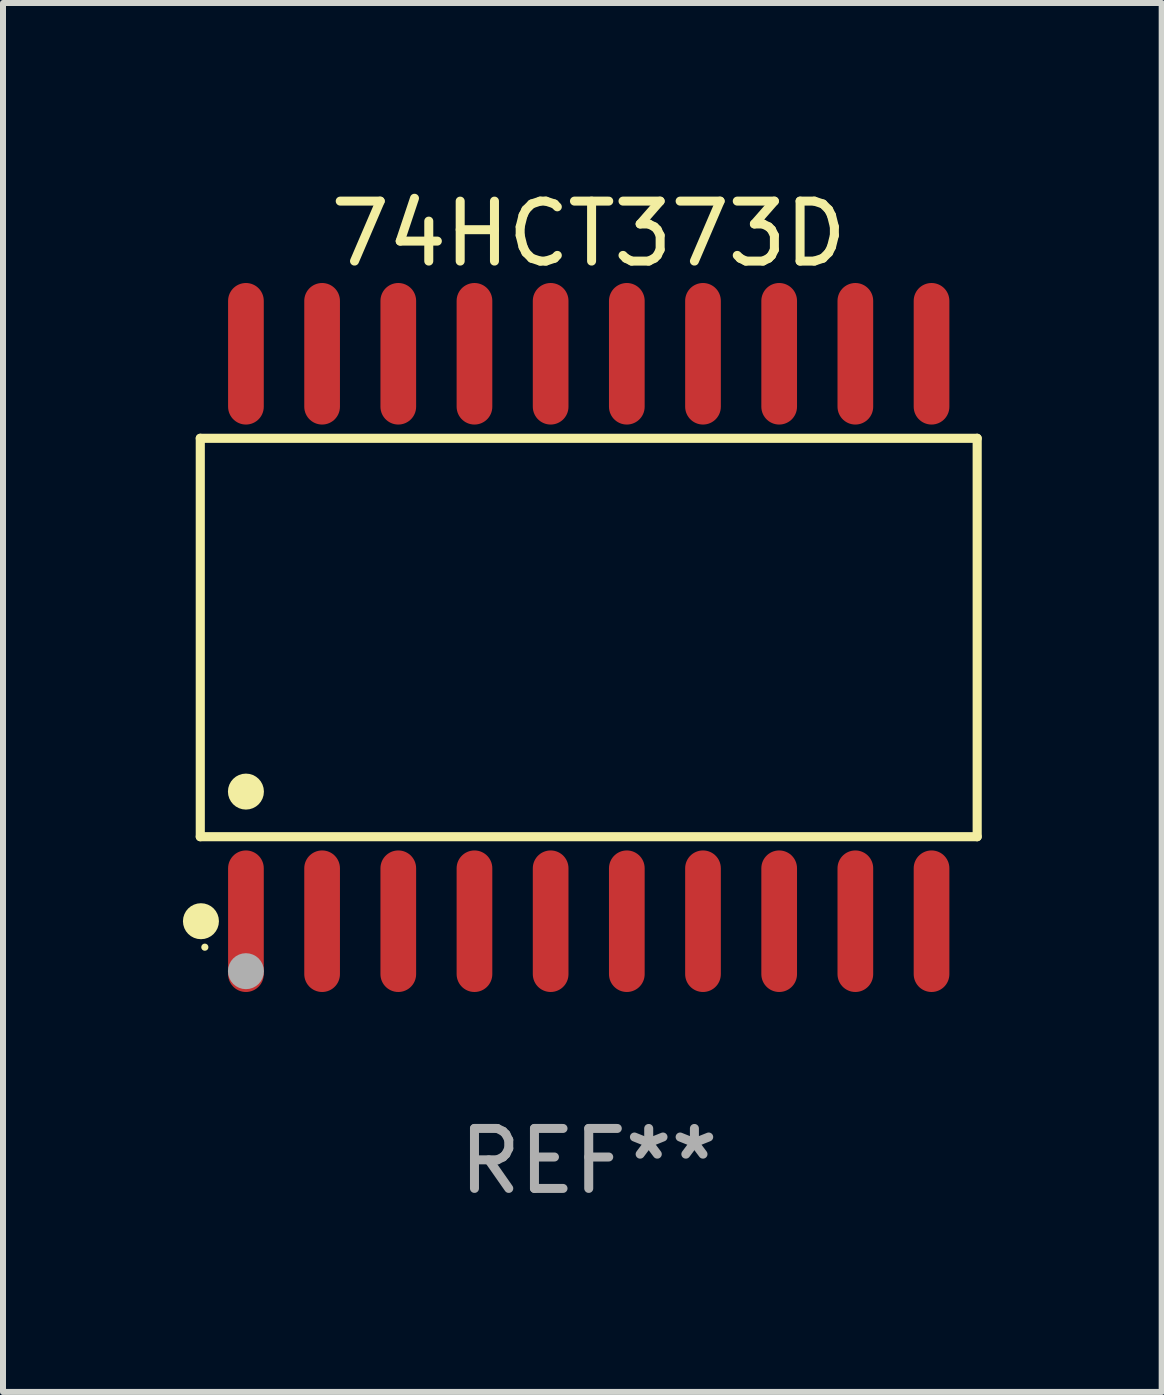
<source format=kicad_pcb>
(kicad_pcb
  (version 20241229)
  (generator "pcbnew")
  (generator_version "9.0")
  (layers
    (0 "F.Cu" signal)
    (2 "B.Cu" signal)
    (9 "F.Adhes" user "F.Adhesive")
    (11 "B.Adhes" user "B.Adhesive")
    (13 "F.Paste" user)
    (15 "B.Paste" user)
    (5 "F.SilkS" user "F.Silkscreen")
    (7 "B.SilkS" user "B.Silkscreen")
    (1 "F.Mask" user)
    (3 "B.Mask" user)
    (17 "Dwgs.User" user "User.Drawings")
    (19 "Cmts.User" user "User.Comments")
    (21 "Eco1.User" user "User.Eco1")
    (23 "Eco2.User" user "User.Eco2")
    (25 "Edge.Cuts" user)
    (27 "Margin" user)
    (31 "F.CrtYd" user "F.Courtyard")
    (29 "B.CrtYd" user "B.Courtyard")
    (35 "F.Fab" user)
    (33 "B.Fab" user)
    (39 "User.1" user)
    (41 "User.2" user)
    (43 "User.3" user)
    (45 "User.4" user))
  (footprint "74HCT373D"
    (layer "F.Cu")
    (at 6.765 7.578)
    (property "Reference" "74HCT373D" (at 0 -6.73 0) (layer "F.SilkS") (effects (font (size 1 1) (thickness 0.15))))
    (attr through_hole)
    (fp_line (start -6.476 -3.321) (end 6.476 -3.321) (stroke (width 0.152) (type solid)) (layer "F.SilkS"))
    (fp_line (start -6.476 3.321) (end -6.476 -3.321) (stroke (width 0.152) (type solid)) (layer "F.SilkS"))
    (fp_line (start 6.476 -3.321) (end 6.476 3.321) (stroke (width 0.152) (type solid)) (layer "F.SilkS"))
    (fp_line (start 6.476 3.321) (end -6.476 3.321) (stroke (width 0.152) (type solid)) (layer "F.SilkS"))
    (fp_circle (center -6.465 4.73) (end -6.315 4.73) (stroke (width 0.3) (type solid)) (fill no) (layer "F.SilkS"))
    (fp_circle (center -6.4 5.163) (end -6.37 5.163) (stroke (width 0.06) (type solid)) (fill no) (layer "F.SilkS"))
    (fp_circle (center -5.715 2.569) (end -5.565 2.569) (stroke (width 0.3) (type solid)) (fill no) (layer "F.SilkS"))
    (fp_circle (center -5.715 5.563) (end -5.565 5.563) (stroke (width 0.3) (type solid)) (fill no) (layer "F.Fab"))
    (fp_text user "REF**" (at 0 8.73 0) (layer "F.Fab") (effects (font (size 1 1) (thickness 0.15))))
    (pad "1" smd oval (at -5.715 4.73) (size 0.595 2.36) (layers "F.Cu" "F.Mask" "F.Paste"))
    (pad "2" smd oval (at -4.445 4.73) (size 0.595 2.36) (layers "F.Cu" "F.Mask" "F.Paste"))
    (pad "3" smd oval (at -3.175 4.73) (size 0.595 2.36) (layers "F.Cu" "F.Mask" "F.Paste"))
    (pad "4" smd oval (at -1.905 4.73) (size 0.595 2.36) (layers "F.Cu" "F.Mask" "F.Paste"))
    (pad "5" smd oval (at -0.635 4.73) (size 0.595 2.36) (layers "F.Cu" "F.Mask" "F.Paste"))
    (pad "6" smd oval (at 0.635 4.73) (size 0.595 2.36) (layers "F.Cu" "F.Mask" "F.Paste"))
    (pad "7" smd oval (at 1.905 4.73) (size 0.595 2.36) (layers "F.Cu" "F.Mask" "F.Paste"))
    (pad "8" smd oval (at 3.175 4.73) (size 0.595 2.36) (layers "F.Cu" "F.Mask" "F.Paste"))
    (pad "9" smd oval (at 4.445 4.73) (size 0.595 2.36) (layers "F.Cu" "F.Mask" "F.Paste"))
    (pad "10" smd oval (at 5.715 4.73) (size 0.595 2.36) (layers "F.Cu" "F.Mask" "F.Paste"))
    (pad "11" smd oval (at 5.715 -4.73) (size 0.595 2.36) (layers "F.Cu" "F.Mask" "F.Paste"))
    (pad "12" smd oval (at 4.445 -4.73) (size 0.595 2.36) (layers "F.Cu" "F.Mask" "F.Paste"))
    (pad "13" smd oval (at 3.175 -4.73) (size 0.595 2.36) (layers "F.Cu" "F.Mask" "F.Paste"))
    (pad "14" smd oval (at 1.905 -4.73) (size 0.595 2.36) (layers "F.Cu" "F.Mask" "F.Paste"))
    (pad "15" smd oval (at 0.635 -4.73) (size 0.595 2.36) (layers "F.Cu" "F.Mask" "F.Paste"))
    (pad "16" smd oval (at -0.635 -4.73) (size 0.595 2.36) (layers "F.Cu" "F.Mask" "F.Paste"))
    (pad "17" smd oval (at -1.905 -4.73) (size 0.595 2.36) (layers "F.Cu" "F.Mask" "F.Paste"))
    (pad "18" smd oval (at -3.175 -4.73) (size 0.595 2.36) (layers "F.Cu" "F.Mask" "F.Paste"))
    (pad "19" smd oval (at -4.445 -4.73) (size 0.595 2.36) (layers "F.Cu" "F.Mask" "F.Paste"))
    (pad "20" smd oval (at -5.715 -4.73) (size 0.595 2.36) (layers "F.Cu" "F.Mask" "F.Paste")))
  (gr_rect
    (start -3 -3)
    (end 16.317 20.156)
    (stroke (width 0.1) (type default))
    (fill no)
    (layer "Edge.Cuts")))
</source>
